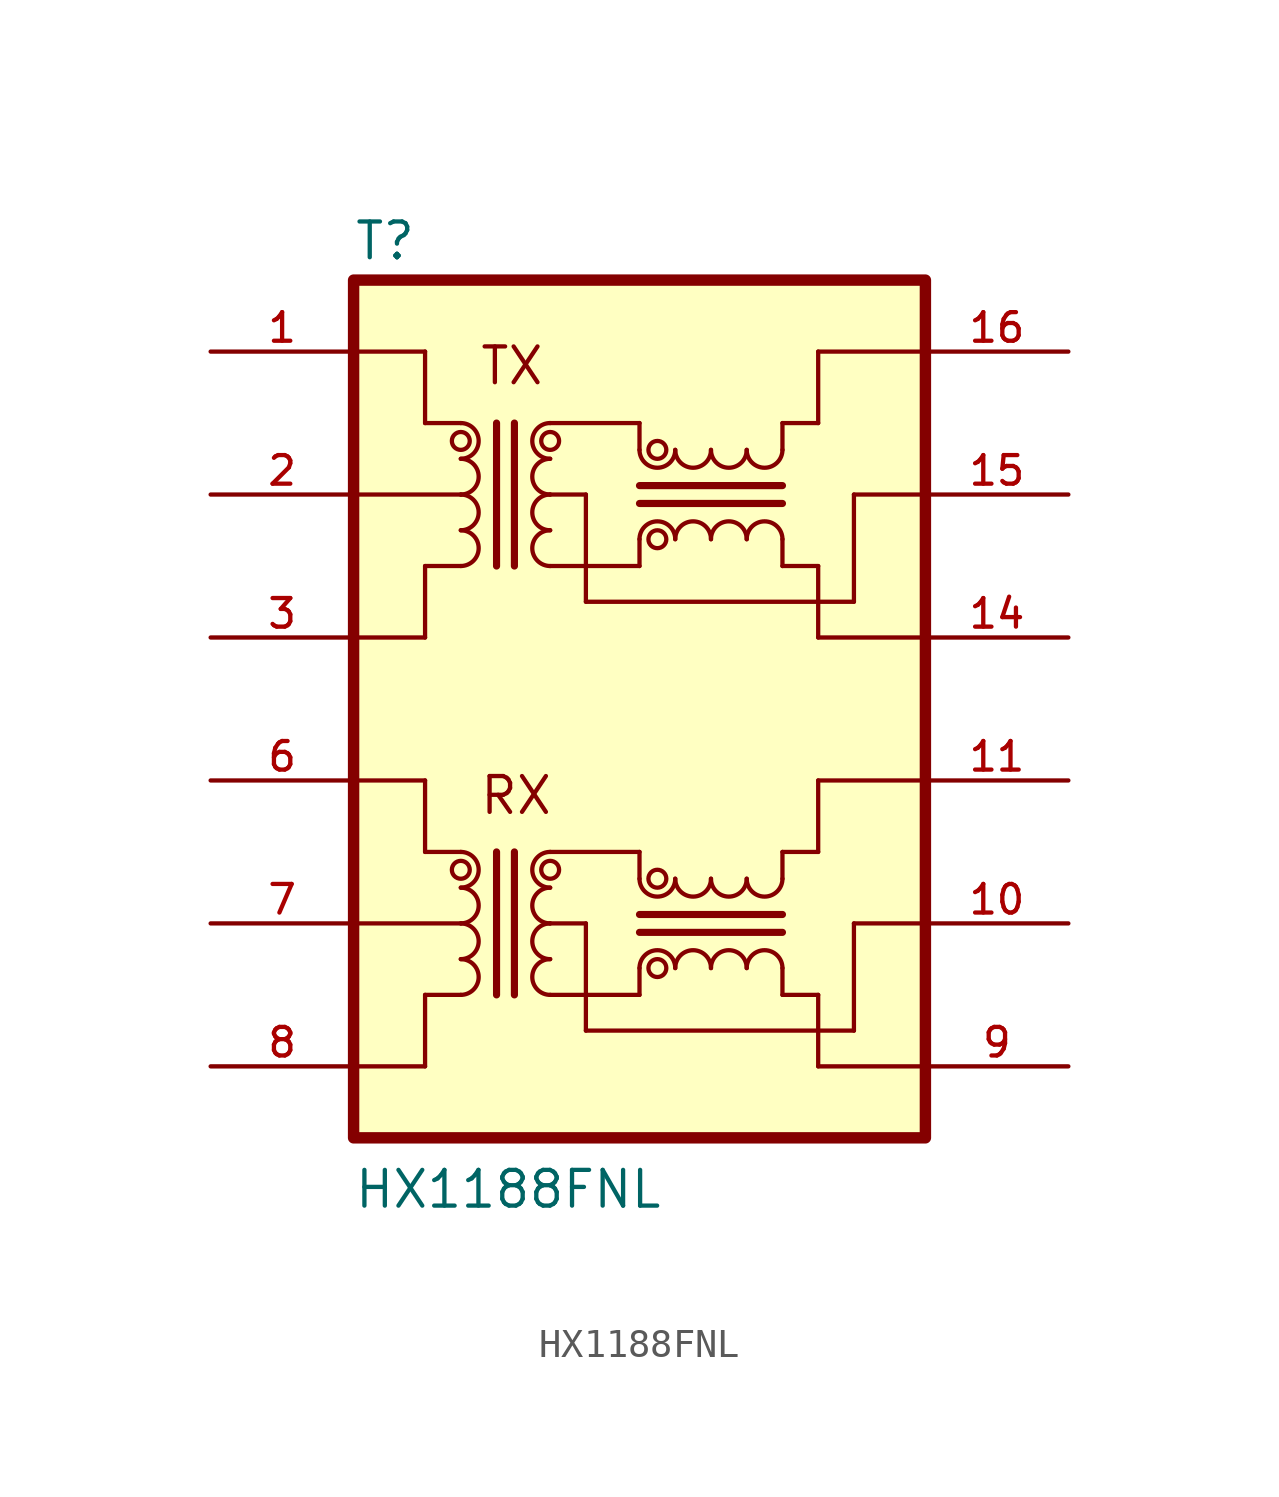
<source format=kicad_sym>
(kicad_symbol_lib
  (version 20211014)
  (generator kicad_symbol_editor)
  (symbol "HX1188FNL"
    (pin_names
      (offset 1.016))
    (property "Reference" "T"
      (at -10.17 15.89 0)
      (effects (font (size 1.27 1.27)) (justify bottom left)))
    (property "Value" "HX1188FNL"
      (at -10.178 -17.812 0)
      (effects (font (size 1.27 1.27)) (justify bottom left)))
    (symbol "HX1188FNL_0_0"
      (arc (start -6.35 8.89) (mid -5.715 9.525) (end -6.35 10.16) (stroke (width 0.1524) (type default) (color 0 0 0 0)) (fill (type none)))
      (arc (start -6.35 7.62) (mid -5.715 8.255) (end -6.35 8.89) (stroke (width 0.1524) (type default) (color 0 0 0 0)) (fill (type none)))
      (arc (start -6.35 6.35) (mid -5.715 6.985) (end -6.35 7.62) (stroke (width 0.1524) (type default) (color 0 0 0 0)) (fill (type none)))
      (arc (start -6.35 5.08) (mid -5.715 5.715) (end -6.35 6.35) (stroke (width 0.1524) (type default) (color 0 0 0 0)) (fill (type none)))
      (arc (start -3.175 6.35) (mid -3.81 5.715) (end -3.175 5.08) (stroke (width 0.1524) (type default) (color 0 0 0 0)) (fill (type none)))
      (arc (start -3.175 7.62) (mid -3.81 6.985) (end -3.175 6.35) (stroke (width 0.1524) (type default) (color 0 0 0 0)) (fill (type none)))
      (arc (start -3.175 8.89) (mid -3.81 8.255) (end -3.175 7.62) (stroke (width 0.1524) (type default) (color 0 0 0 0)) (fill (type none)))
      (arc (start -3.175 10.16) (mid -3.81 9.525) (end -3.175 8.89) (stroke (width 0.1524) (type default) (color 0 0 0 0)) (fill (type none)))
      (polyline (pts (xy -5.08 10.16) (xy -5.08 5.08)) (stroke (width 0.254)))
      (polyline (pts (xy -4.445 10.16) (xy -4.445 5.08)) (stroke (width 0.254)))
      (arc (start 1.27 6.0325) (mid 0.635 6.6675) (end 0.0 6.0325) (stroke (width 0.1524) (type default) (color 0 0 0 0)) (fill (type none)))
      (arc (start 2.54 6.0325) (mid 1.905 6.6675) (end 1.27 6.0325) (stroke (width 0.1524) (type default) (color 0 0 0 0)) (fill (type none)))
      (arc (start 3.81 6.0325) (mid 3.175 6.6675) (end 2.54 6.0325) (stroke (width 0.1524) (type default) (color 0 0 0 0)) (fill (type none)))
      (arc (start 5.08 6.0325) (mid 4.445 6.6675) (end 3.81 6.0325) (stroke (width 0.1524) (type default) (color 0 0 0 0)) (fill (type none)))
      (arc (start 3.81 9.2075) (mid 4.445 8.5725) (end 5.08 9.2075) (stroke (width 0.1524) (type default) (color 0 0 0 0)) (fill (type none)))
      (arc (start 2.54 9.2075) (mid 3.175 8.5725) (end 3.81 9.2075) (stroke (width 0.1524) (type default) (color 0 0 0 0)) (fill (type none)))
      (arc (start 1.27 9.2075) (mid 1.905 8.5725) (end 2.54 9.2075) (stroke (width 0.1524) (type default) (color 0 0 0 0)) (fill (type none)))
      (arc (start 0.0 9.2075) (mid 0.635 8.5725) (end 1.27 9.2075) (stroke (width 0.1524) (type default) (color 0 0 0 0)) (fill (type none)))
      (polyline (pts (xy 0.0 7.303) (xy 5.08 7.303)) (stroke (width 0.254)))
      (polyline (pts (xy 0.0 7.938) (xy 5.08 7.938)) (stroke (width 0.254)))
      (polyline (pts (xy -6.35 10.16) (xy -7.62 10.16)) (stroke (width 0.152)))
      (polyline (pts (xy -7.62 10.16) (xy -7.62 12.7)) (stroke (width 0.152)))
      (polyline (pts (xy -7.62 12.7) (xy -10.16 12.7)) (stroke (width 0.152)))
      (polyline (pts (xy -10.16 7.62) (xy -6.35 7.62)) (stroke (width 0.152)))
      (polyline (pts (xy -6.35 5.08) (xy -7.62 5.08)) (stroke (width 0.152)))
      (polyline (pts (xy -7.62 5.08) (xy -7.62 2.54)) (stroke (width 0.152)))
      (polyline (pts (xy -7.62 2.54) (xy -10.16 2.54)) (stroke (width 0.152)))
      (polyline (pts (xy -3.175 10.16) (xy 0.0 10.16)) (stroke (width 0.152)))
      (polyline (pts (xy 0.0 10.16) (xy 0.0 9.207)) (stroke (width 0.152)))
      (polyline (pts (xy 0.0 6.032) (xy 0.0 5.08)) (stroke (width 0.152)))
      (polyline (pts (xy 0.0 5.08) (xy -3.175 5.08)) (stroke (width 0.152)))
      (polyline (pts (xy 5.08 9.207) (xy 5.08 10.16)) (stroke (width 0.152)))
      (polyline (pts (xy 5.08 10.16) (xy 6.35 10.16)) (stroke (width 0.152)))
      (polyline (pts (xy 5.08 6.032) (xy 5.08 5.08)) (stroke (width 0.152)))
      (polyline (pts (xy 5.08 5.08) (xy 6.35 5.08)) (stroke (width 0.152)))
      (polyline (pts (xy 6.35 10.16) (xy 6.35 12.7)) (stroke (width 0.152)))
      (polyline (pts (xy 6.35 12.7) (xy 10.16 12.7)) (stroke (width 0.152)))
      (polyline (pts (xy 6.35 5.08) (xy 6.35 2.54)) (stroke (width 0.152)))
      (polyline (pts (xy 6.35 2.54) (xy 10.16 2.54)) (stroke (width 0.152)))
      (polyline (pts (xy 10.16 7.62) (xy 7.62 7.62)) (stroke (width 0.152)))
      (polyline (pts (xy 7.62 7.62) (xy 7.62 3.81)) (stroke (width 0.152)))
      (polyline (pts (xy 7.62 3.81) (xy -1.905 3.81)) (stroke (width 0.152)))
      (polyline (pts (xy -1.905 3.81) (xy -1.905 7.62)) (stroke (width 0.152)))
      (polyline (pts (xy -1.905 7.62) (xy -3.175 7.62)) (stroke (width 0.152)))
      (arc (start -6.35 -6.35) (mid -5.715 -5.715) (end -6.35 -5.08) (stroke (width 0.1524) (type default) (color 0 0 0 0)) (fill (type none)))
      (arc (start -6.35 -7.62) (mid -5.715 -6.985) (end -6.35 -6.35) (stroke (width 0.1524) (type default) (color 0 0 0 0)) (fill (type none)))
      (arc (start -6.35 -8.89) (mid -5.715 -8.255) (end -6.35 -7.62) (stroke (width 0.1524) (type default) (color 0 0 0 0)) (fill (type none)))
      (arc (start -6.35 -10.16) (mid -5.715 -9.525) (end -6.35 -8.89) (stroke (width 0.1524) (type default) (color 0 0 0 0)) (fill (type none)))
      (arc (start -3.175 -8.89) (mid -3.81 -9.525) (end -3.175 -10.16) (stroke (width 0.1524) (type default) (color 0 0 0 0)) (fill (type none)))
      (arc (start -3.175 -7.62) (mid -3.81 -8.255) (end -3.175 -8.89) (stroke (width 0.1524) (type default) (color 0 0 0 0)) (fill (type none)))
      (arc (start -3.175 -6.35) (mid -3.81 -6.985) (end -3.175 -7.62) (stroke (width 0.1524) (type default) (color 0 0 0 0)) (fill (type none)))
      (arc (start -3.175 -5.08) (mid -3.81 -5.715) (end -3.175 -6.35) (stroke (width 0.1524) (type default) (color 0 0 0 0)) (fill (type none)))
      (polyline (pts (xy -5.08 -5.08) (xy -5.08 -10.16)) (stroke (width 0.254)))
      (polyline (pts (xy -4.445 -5.08) (xy -4.445 -10.16)) (stroke (width 0.254)))
      (arc (start 1.27 -9.2075) (mid 0.635 -8.5725) (end 0.0 -9.2075) (stroke (width 0.1524) (type default) (color 0 0 0 0)) (fill (type none)))
      (arc (start 2.54 -9.2075) (mid 1.905 -8.5725) (end 1.27 -9.2075) (stroke (width 0.1524) (type default) (color 0 0 0 0)) (fill (type none)))
      (arc (start 3.81 -9.2075) (mid 3.175 -8.5725) (end 2.54 -9.2075) (stroke (width 0.1524) (type default) (color 0 0 0 0)) (fill (type none)))
      (arc (start 5.08 -9.2075) (mid 4.445 -8.5725) (end 3.81 -9.2075) (stroke (width 0.1524) (type default) (color 0 0 0 0)) (fill (type none)))
      (arc (start 3.81 -6.0325) (mid 4.445 -6.6675) (end 5.08 -6.0325) (stroke (width 0.1524) (type default) (color 0 0 0 0)) (fill (type none)))
      (arc (start 2.54 -6.0325) (mid 3.175 -6.6675) (end 3.81 -6.0325) (stroke (width 0.1524) (type default) (color 0 0 0 0)) (fill (type none)))
      (arc (start 1.27 -6.0325) (mid 1.905 -6.6675) (end 2.54 -6.0325) (stroke (width 0.1524) (type default) (color 0 0 0 0)) (fill (type none)))
      (arc (start 0.0 -6.0325) (mid 0.635 -6.6675) (end 1.27 -6.0325) (stroke (width 0.1524) (type default) (color 0 0 0 0)) (fill (type none)))
      (polyline (pts (xy 0.0 -7.938) (xy 5.08 -7.938)) (stroke (width 0.254)))
      (polyline (pts (xy 0.0 -7.303) (xy 5.08 -7.303)) (stroke (width 0.254)))
      (polyline (pts (xy -6.35 -5.08) (xy -7.62 -5.08)) (stroke (width 0.152)))
      (polyline (pts (xy -7.62 -5.08) (xy -7.62 -2.54)) (stroke (width 0.152)))
      (polyline (pts (xy -7.62 -2.54) (xy -10.16 -2.54)) (stroke (width 0.152)))
      (polyline (pts (xy -10.16 -7.62) (xy -6.35 -7.62)) (stroke (width 0.152)))
      (polyline (pts (xy -6.35 -10.16) (xy -7.62 -10.16)) (stroke (width 0.152)))
      (polyline (pts (xy -7.62 -10.16) (xy -7.62 -12.7)) (stroke (width 0.152)))
      (polyline (pts (xy -7.62 -12.7) (xy -10.16 -12.7)) (stroke (width 0.152)))
      (polyline (pts (xy -3.175 -5.08) (xy 0.0 -5.08)) (stroke (width 0.152)))
      (polyline (pts (xy 0.0 -5.08) (xy 0.0 -6.032)) (stroke (width 0.152)))
      (polyline (pts (xy 0.0 -9.207) (xy 0.0 -10.16)) (stroke (width 0.152)))
      (polyline (pts (xy 0.0 -10.16) (xy -3.175 -10.16)) (stroke (width 0.152)))
      (polyline (pts (xy 5.08 -6.032) (xy 5.08 -5.08)) (stroke (width 0.152)))
      (polyline (pts (xy 5.08 -5.08) (xy 6.35 -5.08)) (stroke (width 0.152)))
      (polyline (pts (xy 5.08 -9.207) (xy 5.08 -10.16)) (stroke (width 0.152)))
      (polyline (pts (xy 5.08 -10.16) (xy 6.35 -10.16)) (stroke (width 0.152)))
      (polyline (pts (xy 6.35 -5.08) (xy 6.35 -2.54)) (stroke (width 0.152)))
      (polyline (pts (xy 6.35 -2.54) (xy 10.16 -2.54)) (stroke (width 0.152)))
      (polyline (pts (xy 6.35 -10.16) (xy 6.35 -12.7)) (stroke (width 0.152)))
      (polyline (pts (xy 6.35 -12.7) (xy 10.16 -12.7)) (stroke (width 0.152)))
      (polyline (pts (xy 10.16 -7.62) (xy 7.62 -7.62)) (stroke (width 0.152)))
      (polyline (pts (xy 7.62 -7.62) (xy 7.62 -11.43)) (stroke (width 0.152)))
      (polyline (pts (xy 7.62 -11.43) (xy -1.905 -11.43)) (stroke (width 0.152)))
      (polyline (pts (xy -1.905 -11.43) (xy -1.905 -7.62)) (stroke (width 0.152)))
      (polyline (pts (xy -1.905 -7.62) (xy -3.175 -7.62)) (stroke (width 0.152)))
      (circle (center -6.35 9.525) (radius 0.318) (stroke (width 0.0)) (fill (type none)))
      (circle (center -3.175 9.525) (radius 0.318) (stroke (width 0.0)) (fill (type none)))
      (circle (center 0.635 6.032) (radius 0.318) (stroke (width 0.0)) (fill (type none)))
      (circle (center 0.635 9.207) (radius 0.318) (stroke (width 0.0)) (fill (type none)))
      (circle (center -6.35 -5.715) (radius 0.318) (stroke (width 0.0)) (fill (type none)))
      (circle (center -3.175 -5.715) (radius 0.318) (stroke (width 0.0)) (fill (type none)))
      (circle (center 0.635 -9.207) (radius 0.318) (stroke (width 0.0)) (fill (type none)))
      (circle (center 0.635 -6.032) (radius 0.318) (stroke (width 0.0)) (fill (type none)))
      (text "TX" (at -5.724 11.448 0) (effects (font (size 1.272 1.272)) (justify bottom left)))
      (text "RX" (at -5.73 -3.82 0) (effects (font (size 1.273 1.273)) (justify bottom left)))
      (rectangle (start -10.16 -15.24) (end 10.16 15.24) (stroke (width 0.406)) (fill (type background)))
      (pin passive line (at 15.24 -7.62 180.0) (length 5.08) (name "~" (effects (font (size 1.016 1.016)))) (number "10" (effects (font (size 1.016 1.016)))))
      (pin passive line (at -15.24 -7.62 0) (length 5.08) (name "~" (effects (font (size 1.016 1.016)))) (number "7" (effects (font (size 1.016 1.016)))))
      (pin passive line (at 15.24 7.62 180.0) (length 5.08) (name "~" (effects (font (size 1.016 1.016)))) (number "15" (effects (font (size 1.016 1.016)))))
      (pin passive line (at -15.24 7.62 0) (length 5.08) (name "~" (effects (font (size 1.016 1.016)))) (number "2" (effects (font (size 1.016 1.016)))))
      (pin passive line (at 15.24 -12.7 180.0) (length 5.08) (name "~" (effects (font (size 1.016 1.016)))) (number "9" (effects (font (size 1.016 1.016)))))
      (pin passive line (at -15.24 -12.7 0) (length 5.08) (name "~" (effects (font (size 1.016 1.016)))) (number "8" (effects (font (size 1.016 1.016)))))
      (pin passive line (at 15.24 -2.54 180.0) (length 5.08) (name "~" (effects (font (size 1.016 1.016)))) (number "11" (effects (font (size 1.016 1.016)))))
      (pin passive line (at -15.24 -2.54 0) (length 5.08) (name "~" (effects (font (size 1.016 1.016)))) (number "6" (effects (font (size 1.016 1.016)))))
      (pin passive line (at 15.24 2.54 180.0) (length 5.08) (name "~" (effects (font (size 1.016 1.016)))) (number "14" (effects (font (size 1.016 1.016)))))
      (pin passive line (at -15.24 2.54 0) (length 5.08) (name "~" (effects (font (size 1.016 1.016)))) (number "3" (effects (font (size 1.016 1.016)))))
      (pin passive line (at 15.24 12.7 180.0) (length 5.08) (name "~" (effects (font (size 1.016 1.016)))) (number "16" (effects (font (size 1.016 1.016)))))
      (pin passive line (at -15.24 12.7 0) (length 5.08) (name "~" (effects (font (size 1.016 1.016)))) (number "1" (effects (font (size 1.016 1.016))))))))
</source>
